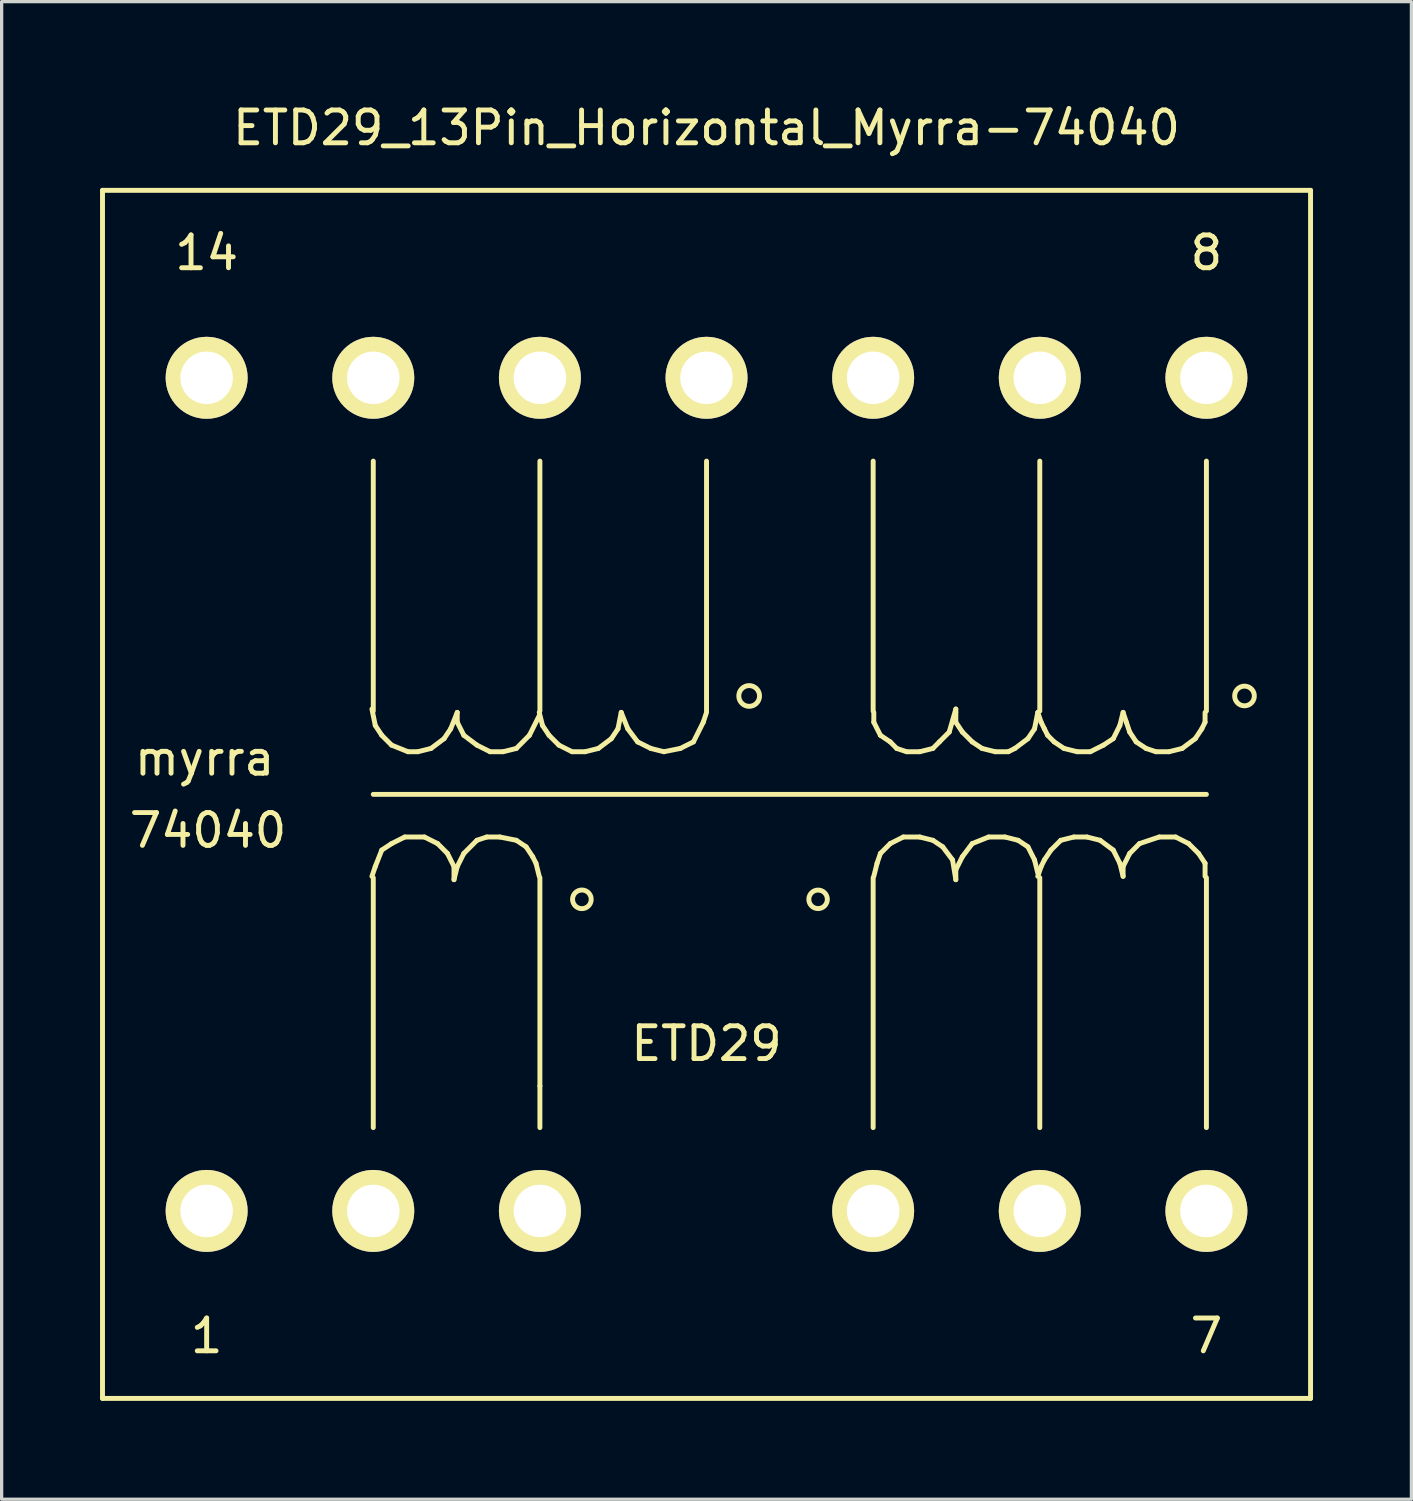
<source format=kicad_pcb>
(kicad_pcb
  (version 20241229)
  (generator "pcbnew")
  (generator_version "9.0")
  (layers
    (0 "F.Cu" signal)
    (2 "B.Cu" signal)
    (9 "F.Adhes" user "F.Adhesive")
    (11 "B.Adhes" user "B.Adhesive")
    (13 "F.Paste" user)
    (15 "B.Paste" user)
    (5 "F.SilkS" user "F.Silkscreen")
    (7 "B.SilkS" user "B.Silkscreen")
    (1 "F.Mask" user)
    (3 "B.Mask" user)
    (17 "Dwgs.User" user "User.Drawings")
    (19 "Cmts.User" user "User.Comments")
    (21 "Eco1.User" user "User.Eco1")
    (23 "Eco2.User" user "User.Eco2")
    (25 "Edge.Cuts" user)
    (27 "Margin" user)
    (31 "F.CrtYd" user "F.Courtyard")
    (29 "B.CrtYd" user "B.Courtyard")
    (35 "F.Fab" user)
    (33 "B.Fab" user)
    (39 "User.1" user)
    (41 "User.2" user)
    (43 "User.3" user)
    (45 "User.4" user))
  (footprint "ETD29_13Pin_Horizontal_Myrra-74040"
    (layer "F.Cu")
    (at 18.49 21.168)
    (property "Reference" "ETD29_13Pin_Horizontal_Myrra-74040" (at 0 -20.32 0) (layer "F.SilkS") (effects (font (size 1 1) (thickness 0.15))))
    (attr through_hole)
    (fp_line (start -18.415 -18.415) (end 18.415 -18.415) (stroke (width 0.15) (type solid)) (layer "F.SilkS"))
    (fp_line (start -18.415 18.415) (end -18.415 -18.415) (stroke (width 0.15) (type solid)) (layer "F.SilkS"))
    (fp_line (start -10.201 2.499) (end -10.099 2.2) (stroke (width 0.15) (type solid)) (layer "F.SilkS"))
    (fp_line (start -10.16 -2.54) (end -10.16 -10.16) (stroke (width 0.15) (type solid)) (layer "F.SilkS"))
    (fp_line (start -10.16 0) (end 15.24 0) (stroke (width 0.15) (type solid)) (layer "F.SilkS"))
    (fp_line (start -10.16 10.16) (end -10.16 2.54) (stroke (width 0.15) (type solid)) (layer "F.SilkS"))
    (fp_line (start -10.099 -2.101) (end -10.201 -2.601) (stroke (width 0.15) (type solid)) (layer "F.SilkS"))
    (fp_line (start -10.099 2.2) (end -9.901 1.699) (stroke (width 0.15) (type solid)) (layer "F.SilkS"))
    (fp_line (start -9.901 -1.801) (end -10.099 -2.101) (stroke (width 0.15) (type solid)) (layer "F.SilkS"))
    (fp_line (start -9.901 1.699) (end -9.601 1.501) (stroke (width 0.15) (type solid)) (layer "F.SilkS"))
    (fp_line (start -9.601 -1.501) (end -9.901 -1.801) (stroke (width 0.15) (type solid)) (layer "F.SilkS"))
    (fp_line (start -9.601 1.501) (end -9.2 1.3) (stroke (width 0.15) (type solid)) (layer "F.SilkS"))
    (fp_line (start -9.2 1.3) (end -8.6 1.3) (stroke (width 0.15) (type solid)) (layer "F.SilkS"))
    (fp_line (start -9.101 -1.3) (end -9.601 -1.501) (stroke (width 0.15) (type solid)) (layer "F.SilkS"))
    (fp_line (start -8.801 -1.3) (end -9.101 -1.3) (stroke (width 0.15) (type solid)) (layer "F.SilkS"))
    (fp_line (start -8.6 1.3) (end -8.199 1.501) (stroke (width 0.15) (type solid)) (layer "F.SilkS"))
    (fp_line (start -8.4 -1.4) (end -8.801 -1.3) (stroke (width 0.15) (type solid)) (layer "F.SilkS"))
    (fp_line (start -8.199 1.501) (end -7.899 1.801) (stroke (width 0.15) (type solid)) (layer "F.SilkS"))
    (fp_line (start -8.001 -1.699) (end -8.4 -1.4) (stroke (width 0.15) (type solid)) (layer "F.SilkS"))
    (fp_line (start -7.899 1.801) (end -7.699 2.2) (stroke (width 0.15) (type solid)) (layer "F.SilkS"))
    (fp_line (start -7.8 -1.999) (end -8.001 -1.699) (stroke (width 0.15) (type solid)) (layer "F.SilkS"))
    (fp_line (start -7.699 2.2) (end -7.699 2.601) (stroke (width 0.15) (type solid)) (layer "F.SilkS"))
    (fp_line (start -7.699 2.601) (end -7.6 2.2) (stroke (width 0.15) (type solid)) (layer "F.SilkS"))
    (fp_line (start -7.6 -2.499) (end -7.8 -1.999) (stroke (width 0.15) (type solid)) (layer "F.SilkS"))
    (fp_line (start -7.6 -2.2) (end -7.6 -2.499) (stroke (width 0.15) (type solid)) (layer "F.SilkS"))
    (fp_line (start -7.6 2.2) (end -7.399 1.801) (stroke (width 0.15) (type solid)) (layer "F.SilkS"))
    (fp_line (start -7.399 -1.801) (end -7.6 -2.2) (stroke (width 0.15) (type solid)) (layer "F.SilkS"))
    (fp_line (start -7.399 1.801) (end -7 1.4) (stroke (width 0.15) (type solid)) (layer "F.SilkS"))
    (fp_line (start -7 -1.501) (end -7.399 -1.801) (stroke (width 0.15) (type solid)) (layer "F.SilkS"))
    (fp_line (start -7 1.4) (end -6.701 1.3) (stroke (width 0.15) (type solid)) (layer "F.SilkS"))
    (fp_line (start -6.701 1.3) (end -6.299 1.3) (stroke (width 0.15) (type solid)) (layer "F.SilkS"))
    (fp_line (start -6.599 -1.3) (end -7 -1.501) (stroke (width 0.15) (type solid)) (layer "F.SilkS"))
    (fp_line (start -6.299 1.3) (end -5.799 1.4) (stroke (width 0.15) (type solid)) (layer "F.SilkS"))
    (fp_line (start -6.2 -1.3) (end -6.599 -1.3) (stroke (width 0.15) (type solid)) (layer "F.SilkS"))
    (fp_line (start -5.799 -1.4) (end -6.2 -1.3) (stroke (width 0.15) (type solid)) (layer "F.SilkS"))
    (fp_line (start -5.799 1.4) (end -5.499 1.6) (stroke (width 0.15) (type solid)) (layer "F.SilkS"))
    (fp_line (start -5.499 1.6) (end -5.301 1.9) (stroke (width 0.15) (type solid)) (layer "F.SilkS"))
    (fp_line (start -5.4 -1.801) (end -5.799 -1.4) (stroke (width 0.15) (type solid)) (layer "F.SilkS"))
    (fp_line (start -5.301 1.9) (end -5.199 2.101) (stroke (width 0.15) (type solid)) (layer "F.SilkS"))
    (fp_line (start -5.199 2.101) (end -5.1 2.499) (stroke (width 0.15) (type solid)) (layer "F.SilkS"))
    (fp_line (start -5.1 -2.4) (end -5.4 -1.801) (stroke (width 0.15) (type solid)) (layer "F.SilkS"))
    (fp_line (start -5.08 -2.54) (end -5.08 -10.16) (stroke (width 0.15) (type solid)) (layer "F.SilkS"))
    (fp_line (start -5.08 2.54) (end -5.08 8.89) (stroke (width 0.15) (type solid)) (layer "F.SilkS"))
    (fp_line (start -5.08 8.89) (end -5.08 10.16) (stroke (width 0.15) (type solid)) (layer "F.SilkS"))
    (fp_line (start -5.001 -2.101) (end -5.1 -2.499) (stroke (width 0.15) (type solid)) (layer "F.SilkS"))
    (fp_line (start -4.801 -1.801) (end -5.001 -2.101) (stroke (width 0.15) (type solid)) (layer "F.SilkS"))
    (fp_line (start -4.501 -1.501) (end -4.801 -1.801) (stroke (width 0.15) (type solid)) (layer "F.SilkS"))
    (fp_line (start -4.1 -1.3) (end -4.501 -1.501) (stroke (width 0.15) (type solid)) (layer "F.SilkS"))
    (fp_line (start -3.701 -1.3) (end -4.1 -1.3) (stroke (width 0.15) (type solid)) (layer "F.SilkS"))
    (fp_line (start -3.299 -1.4) (end -3.701 -1.3) (stroke (width 0.15) (type solid)) (layer "F.SilkS"))
    (fp_line (start -2.901 -1.699) (end -3.299 -1.4) (stroke (width 0.15) (type solid)) (layer "F.SilkS"))
    (fp_line (start -2.7 -1.999) (end -2.901 -1.699) (stroke (width 0.15) (type solid)) (layer "F.SilkS"))
    (fp_line (start -2.601 -2.499) (end -2.7 -1.999) (stroke (width 0.15) (type solid)) (layer "F.SilkS"))
    (fp_line (start -2.4 -1.999) (end -2.601 -2.499) (stroke (width 0.15) (type solid)) (layer "F.SilkS"))
    (fp_line (start -2.101 -1.6) (end -2.4 -1.999) (stroke (width 0.15) (type solid)) (layer "F.SilkS"))
    (fp_line (start -1.699 -1.4) (end -2.101 -1.6) (stroke (width 0.15) (type solid)) (layer "F.SilkS"))
    (fp_line (start -1.3 -1.3) (end -1.699 -1.4) (stroke (width 0.15) (type solid)) (layer "F.SilkS"))
    (fp_line (start -0.8 -1.4) (end -1.3 -1.3) (stroke (width 0.15) (type solid)) (layer "F.SilkS"))
    (fp_line (start -0.399 -1.6) (end -0.8 -1.4) (stroke (width 0.15) (type solid)) (layer "F.SilkS"))
    (fp_line (start -0.099 -2.2) (end -0.399 -1.6) (stroke (width 0.15) (type solid)) (layer "F.SilkS"))
    (fp_line (start 0 -2.54) (end 0 -10.16) (stroke (width 0.15) (type solid)) (layer "F.SilkS"))
    (fp_line (start 0 -2.499) (end -0.099 -2.2) (stroke (width 0.15) (type solid)) (layer "F.SilkS"))
    (fp_line (start 5.08 -2.54) (end 5.08 -10.16) (stroke (width 0.15) (type solid)) (layer "F.SilkS"))
    (fp_line (start 5.08 2.54) (end 5.08 10.16) (stroke (width 0.15) (type solid)) (layer "F.SilkS"))
    (fp_line (start 5.1 -2.2) (end 5.1 -2.499) (stroke (width 0.15) (type solid)) (layer "F.SilkS"))
    (fp_line (start 5.199 2.101) (end 5.1 2.499) (stroke (width 0.15) (type solid)) (layer "F.SilkS"))
    (fp_line (start 5.301 -1.801) (end 5.1 -2.2) (stroke (width 0.15) (type solid)) (layer "F.SilkS"))
    (fp_line (start 5.301 1.801) (end 5.199 2.101) (stroke (width 0.15) (type solid)) (layer "F.SilkS"))
    (fp_line (start 5.601 -1.6) (end 5.301 -1.801) (stroke (width 0.15) (type solid)) (layer "F.SilkS"))
    (fp_line (start 5.601 1.501) (end 5.301 1.801) (stroke (width 0.15) (type solid)) (layer "F.SilkS"))
    (fp_line (start 5.799 -1.4) (end 5.601 -1.6) (stroke (width 0.15) (type solid)) (layer "F.SilkS"))
    (fp_line (start 5.999 1.3) (end 5.601 1.501) (stroke (width 0.15) (type solid)) (layer "F.SilkS"))
    (fp_line (start 6.101 -1.3) (end 5.799 -1.4) (stroke (width 0.15) (type solid)) (layer "F.SilkS"))
    (fp_line (start 6.5 -1.3) (end 6.101 -1.3) (stroke (width 0.15) (type solid)) (layer "F.SilkS"))
    (fp_line (start 6.5 1.3) (end 5.999 1.3) (stroke (width 0.15) (type solid)) (layer "F.SilkS"))
    (fp_line (start 6.901 -1.4) (end 6.5 -1.3) (stroke (width 0.15) (type solid)) (layer "F.SilkS"))
    (fp_line (start 6.901 1.4) (end 6.5 1.3) (stroke (width 0.15) (type solid)) (layer "F.SilkS"))
    (fp_line (start 7.099 -1.6) (end 6.901 -1.4) (stroke (width 0.15) (type solid)) (layer "F.SilkS"))
    (fp_line (start 7.201 1.6) (end 6.901 1.4) (stroke (width 0.15) (type solid)) (layer "F.SilkS"))
    (fp_line (start 7.399 -1.9) (end 7.099 -1.6) (stroke (width 0.15) (type solid)) (layer "F.SilkS"))
    (fp_line (start 7.501 1.999) (end 7.201 1.6) (stroke (width 0.15) (type solid)) (layer "F.SilkS"))
    (fp_line (start 7.6 -2.601) (end 7.399 -1.9) (stroke (width 0.15) (type solid)) (layer "F.SilkS"))
    (fp_line (start 7.6 -2.499) (end 7.6 -2.601) (stroke (width 0.15) (type solid)) (layer "F.SilkS"))
    (fp_line (start 7.6 -2.2) (end 7.6 -2.499) (stroke (width 0.15) (type solid)) (layer "F.SilkS"))
    (fp_line (start 7.6 2.301) (end 7.6 2.601) (stroke (width 0.15) (type solid)) (layer "F.SilkS"))
    (fp_line (start 7.6 2.601) (end 7.501 1.999) (stroke (width 0.15) (type solid)) (layer "F.SilkS"))
    (fp_line (start 7.8 -1.9) (end 7.6 -2.2) (stroke (width 0.15) (type solid)) (layer "F.SilkS"))
    (fp_line (start 7.8 1.9) (end 7.6 2.301) (stroke (width 0.15) (type solid)) (layer "F.SilkS"))
    (fp_line (start 8.1 -1.6) (end 7.8 -1.9) (stroke (width 0.15) (type solid)) (layer "F.SilkS"))
    (fp_line (start 8.1 1.501) (end 7.8 1.9) (stroke (width 0.15) (type solid)) (layer "F.SilkS"))
    (fp_line (start 8.4 -1.4) (end 8.1 -1.6) (stroke (width 0.15) (type solid)) (layer "F.SilkS"))
    (fp_line (start 8.6 1.3) (end 8.1 1.501) (stroke (width 0.15) (type solid)) (layer "F.SilkS"))
    (fp_line (start 8.801 -1.3) (end 8.4 -1.4) (stroke (width 0.15) (type solid)) (layer "F.SilkS"))
    (fp_line (start 9.101 1.3) (end 8.6 1.3) (stroke (width 0.15) (type solid)) (layer "F.SilkS"))
    (fp_line (start 9.2 -1.3) (end 8.801 -1.3) (stroke (width 0.15) (type solid)) (layer "F.SilkS"))
    (fp_line (start 9.401 -1.4) (end 9.2 -1.3) (stroke (width 0.15) (type solid)) (layer "F.SilkS"))
    (fp_line (start 9.5 1.4) (end 9.101 1.3) (stroke (width 0.15) (type solid)) (layer "F.SilkS"))
    (fp_line (start 9.799 -1.699) (end 9.401 -1.4) (stroke (width 0.15) (type solid)) (layer "F.SilkS"))
    (fp_line (start 9.799 1.6) (end 9.5 1.4) (stroke (width 0.15) (type solid)) (layer "F.SilkS"))
    (fp_line (start 10 -1.999) (end 9.799 -1.699) (stroke (width 0.15) (type solid)) (layer "F.SilkS"))
    (fp_line (start 10 1.999) (end 9.799 1.6) (stroke (width 0.15) (type solid)) (layer "F.SilkS"))
    (fp_line (start 10.099 -2.499) (end 10 -1.999) (stroke (width 0.15) (type solid)) (layer "F.SilkS"))
    (fp_line (start 10.099 2.4) (end 10 1.999) (stroke (width 0.15) (type solid)) (layer "F.SilkS"))
    (fp_line (start 10.16 -2.54) (end 10.16 -10.16) (stroke (width 0.15) (type solid)) (layer "F.SilkS"))
    (fp_line (start 10.16 2.54) (end 10.16 10.16) (stroke (width 0.15) (type solid)) (layer "F.SilkS"))
    (fp_line (start 10.201 -2.2) (end 10.099 -2.499) (stroke (width 0.15) (type solid)) (layer "F.SilkS"))
    (fp_line (start 10.201 2.2) (end 10.099 2.499) (stroke (width 0.15) (type solid)) (layer "F.SilkS"))
    (fp_line (start 10.3 -1.999) (end 10.201 -2.2) (stroke (width 0.15) (type solid)) (layer "F.SilkS"))
    (fp_line (start 10.3 1.999) (end 10.201 2.2) (stroke (width 0.15) (type solid)) (layer "F.SilkS"))
    (fp_line (start 10.399 -1.801) (end 10.3 -1.999) (stroke (width 0.15) (type solid)) (layer "F.SilkS"))
    (fp_line (start 10.5 1.699) (end 10.3 1.999) (stroke (width 0.15) (type solid)) (layer "F.SilkS"))
    (fp_line (start 10.599 -1.6) (end 10.399 -1.801) (stroke (width 0.15) (type solid)) (layer "F.SilkS"))
    (fp_line (start 10.8 1.4) (end 10.5 1.699) (stroke (width 0.15) (type solid)) (layer "F.SilkS"))
    (fp_line (start 10.899 -1.4) (end 10.599 -1.6) (stroke (width 0.15) (type solid)) (layer "F.SilkS"))
    (fp_line (start 11.199 1.3) (end 10.8 1.4) (stroke (width 0.15) (type solid)) (layer "F.SilkS"))
    (fp_line (start 11.3 -1.3) (end 10.899 -1.4) (stroke (width 0.15) (type solid)) (layer "F.SilkS"))
    (fp_line (start 11.6 1.3) (end 11.199 1.3) (stroke (width 0.15) (type solid)) (layer "F.SilkS"))
    (fp_line (start 11.699 -1.3) (end 11.3 -1.3) (stroke (width 0.15) (type solid)) (layer "F.SilkS"))
    (fp_line (start 11.999 1.4) (end 11.6 1.3) (stroke (width 0.15) (type solid)) (layer "F.SilkS"))
    (fp_line (start 12.101 -1.501) (end 11.699 -1.3) (stroke (width 0.15) (type solid)) (layer "F.SilkS"))
    (fp_line (start 12.4 -1.699) (end 12.101 -1.501) (stroke (width 0.15) (type solid)) (layer "F.SilkS"))
    (fp_line (start 12.4 1.699) (end 11.999 1.4) (stroke (width 0.15) (type solid)) (layer "F.SilkS"))
    (fp_line (start 12.601 -2.101) (end 12.4 -1.699) (stroke (width 0.15) (type solid)) (layer "F.SilkS"))
    (fp_line (start 12.601 2.101) (end 12.4 1.699) (stroke (width 0.15) (type solid)) (layer "F.SilkS"))
    (fp_line (start 12.7 -2.499) (end 12.601 -2.101) (stroke (width 0.15) (type solid)) (layer "F.SilkS"))
    (fp_line (start 12.7 2.2) (end 12.7 2.499) (stroke (width 0.15) (type solid)) (layer "F.SilkS"))
    (fp_line (start 12.7 2.499) (end 12.601 2.101) (stroke (width 0.15) (type solid)) (layer "F.SilkS"))
    (fp_line (start 12.799 -2.2) (end 12.7 -2.499) (stroke (width 0.15) (type solid)) (layer "F.SilkS"))
    (fp_line (start 12.901 -1.9) (end 12.799 -2.2) (stroke (width 0.15) (type solid)) (layer "F.SilkS"))
    (fp_line (start 12.901 1.801) (end 12.7 2.2) (stroke (width 0.15) (type solid)) (layer "F.SilkS"))
    (fp_line (start 13.099 -1.6) (end 12.901 -1.9) (stroke (width 0.15) (type solid)) (layer "F.SilkS"))
    (fp_line (start 13.2 1.501) (end 12.901 1.801) (stroke (width 0.15) (type solid)) (layer "F.SilkS"))
    (fp_line (start 13.401 -1.4) (end 13.099 -1.6) (stroke (width 0.15) (type solid)) (layer "F.SilkS"))
    (fp_line (start 13.701 -1.3) (end 13.401 -1.4) (stroke (width 0.15) (type solid)) (layer "F.SilkS"))
    (fp_line (start 13.8 1.3) (end 13.2 1.501) (stroke (width 0.15) (type solid)) (layer "F.SilkS"))
    (fp_line (start 14.1 -1.3) (end 13.701 -1.3) (stroke (width 0.15) (type solid)) (layer "F.SilkS"))
    (fp_line (start 14.3 1.3) (end 13.8 1.3) (stroke (width 0.15) (type solid)) (layer "F.SilkS"))
    (fp_line (start 14.501 -1.4) (end 14.1 -1.3) (stroke (width 0.15) (type solid)) (layer "F.SilkS"))
    (fp_line (start 14.699 1.501) (end 14.3 1.3) (stroke (width 0.15) (type solid)) (layer "F.SilkS"))
    (fp_line (start 14.9 -1.699) (end 14.501 -1.4) (stroke (width 0.15) (type solid)) (layer "F.SilkS"))
    (fp_line (start 15.001 1.801) (end 14.699 1.501) (stroke (width 0.15) (type solid)) (layer "F.SilkS"))
    (fp_line (start 15.1 -1.999) (end 14.9 -1.699) (stroke (width 0.15) (type solid)) (layer "F.SilkS"))
    (fp_line (start 15.199 -2.499) (end 15.199 -2.2) (stroke (width 0.15) (type solid)) (layer "F.SilkS"))
    (fp_line (start 15.199 -2.2) (end 15.1 -1.999) (stroke (width 0.15) (type solid)) (layer "F.SilkS"))
    (fp_line (start 15.199 2.101) (end 15.001 1.801) (stroke (width 0.15) (type solid)) (layer "F.SilkS"))
    (fp_line (start 15.199 2.499) (end 15.199 2.101) (stroke (width 0.15) (type solid)) (layer "F.SilkS"))
    (fp_line (start 15.24 -2.54) (end 15.24 -10.16) (stroke (width 0.15) (type solid)) (layer "F.SilkS"))
    (fp_line (start 15.24 2.54) (end 15.24 10.16) (stroke (width 0.15) (type solid)) (layer "F.SilkS"))
    (fp_line (start 18.415 -18.415) (end 18.415 18.415) (stroke (width 0.15) (type solid)) (layer "F.SilkS"))
    (fp_line (start 18.415 18.415) (end -18.415 18.415) (stroke (width 0.15) (type solid)) (layer "F.SilkS"))
    (fp_circle (center -3.8 3.2) (end -3.599 3.401) (stroke (width 0.15) (type solid)) (fill no) (layer "F.SilkS"))
    (fp_circle (center 1.3 -3) (end 1.4 -2.7) (stroke (width 0.15) (type solid)) (fill no) (layer "F.SilkS"))
    (fp_circle (center 3.401 3.2) (end 3.599 3.401) (stroke (width 0.15) (type solid)) (fill no) (layer "F.SilkS"))
    (fp_circle (center 16.401 -3) (end 16.401 -2.7) (stroke (width 0.15) (type solid)) (fill no) (layer "F.SilkS"))
    (fp_text user "ETD29" (at 0 7.6 0) (layer "F.SilkS") (effects (font (size 1 1) (thickness 0.15))))
    (fp_text user "7" (at 15.24 16.51 0) (layer "F.SilkS") (effects (font (size 1 1) (thickness 0.15))))
    (fp_text user "myrra" (at -15.301 -1.1 0) (layer "F.SilkS") (effects (font (size 1 1) (thickness 0.15))))
    (fp_text user "14" (at -15.24 -16.51 0) (layer "F.SilkS") (effects (font (size 1 1) (thickness 0.15))))
    (fp_text user "74040" (at -15.199 1.1 0) (layer "F.SilkS") (effects (font (size 1 1) (thickness 0.15))))
    (fp_text user "8" (at 15.24 -16.51 0) (layer "F.SilkS") (effects (font (size 1 1) (thickness 0.15))))
    (fp_text user "1" (at -15.24 16.51 0) (layer "F.SilkS") (effects (font (size 1 1) (thickness 0.15))))
    (pad "1" thru_hole circle (at -15.24 12.7) (size 2.499 2.499) (drill 1.6) (layers "*.Cu" "*.Mask" "F.SilkS"))
    (pad "2" thru_hole circle (at -10.16 12.7) (size 2.499 2.499) (drill 1.6) (layers "*.Cu" "*.Mask" "F.SilkS"))
    (pad "3" thru_hole circle (at -5.08 12.7) (size 2.499 2.499) (drill 1.6) (layers "*.Cu" "*.Mask" "F.SilkS"))
    (pad "5" thru_hole circle (at 5.08 12.7) (size 2.499 2.499) (drill 1.6) (layers "*.Cu" "*.Mask" "F.SilkS"))
    (pad "6" thru_hole circle (at 10.16 12.7) (size 2.499 2.499) (drill 1.6) (layers "*.Cu" "*.Mask" "F.SilkS"))
    (pad "7" thru_hole circle (at 15.24 12.7) (size 2.499 2.499) (drill 1.6) (layers "*.Cu" "*.Mask" "F.SilkS"))
    (pad "8" thru_hole circle (at 15.24 -12.7) (size 2.499 2.499) (drill 1.6) (layers "*.Cu" "*.Mask" "F.SilkS"))
    (pad "9" thru_hole circle (at 10.16 -12.7) (size 2.499 2.499) (drill 1.6) (layers "*.Cu" "*.Mask" "F.SilkS"))
    (pad "10" thru_hole circle (at 5.08 -12.7) (size 2.499 2.499) (drill 1.6) (layers "*.Cu" "*.Mask" "F.SilkS"))
    (pad "11" thru_hole circle (at 0 -12.7) (size 2.499 2.499) (drill 1.6) (layers "*.Cu" "*.Mask" "F.SilkS"))
    (pad "12" thru_hole circle (at -5.08 -12.7) (size 2.499 2.499) (drill 1.6) (layers "*.Cu" "*.Mask" "F.SilkS"))
    (pad "13" thru_hole circle (at -10.16 -12.7) (size 2.499 2.499) (drill 1.6) (layers "*.Cu" "*.Mask" "F.SilkS"))
    (pad "14" thru_hole circle (at -15.24 -12.7) (size 2.499 2.499) (drill 1.6) (layers "*.Cu" "*.Mask" "F.SilkS")))
  (gr_rect
    (start -3 -3)
    (end 39.98 42.658)
    (stroke (width 0.1) (type default))
    (fill no)
    (layer "Edge.Cuts")))
</source>
